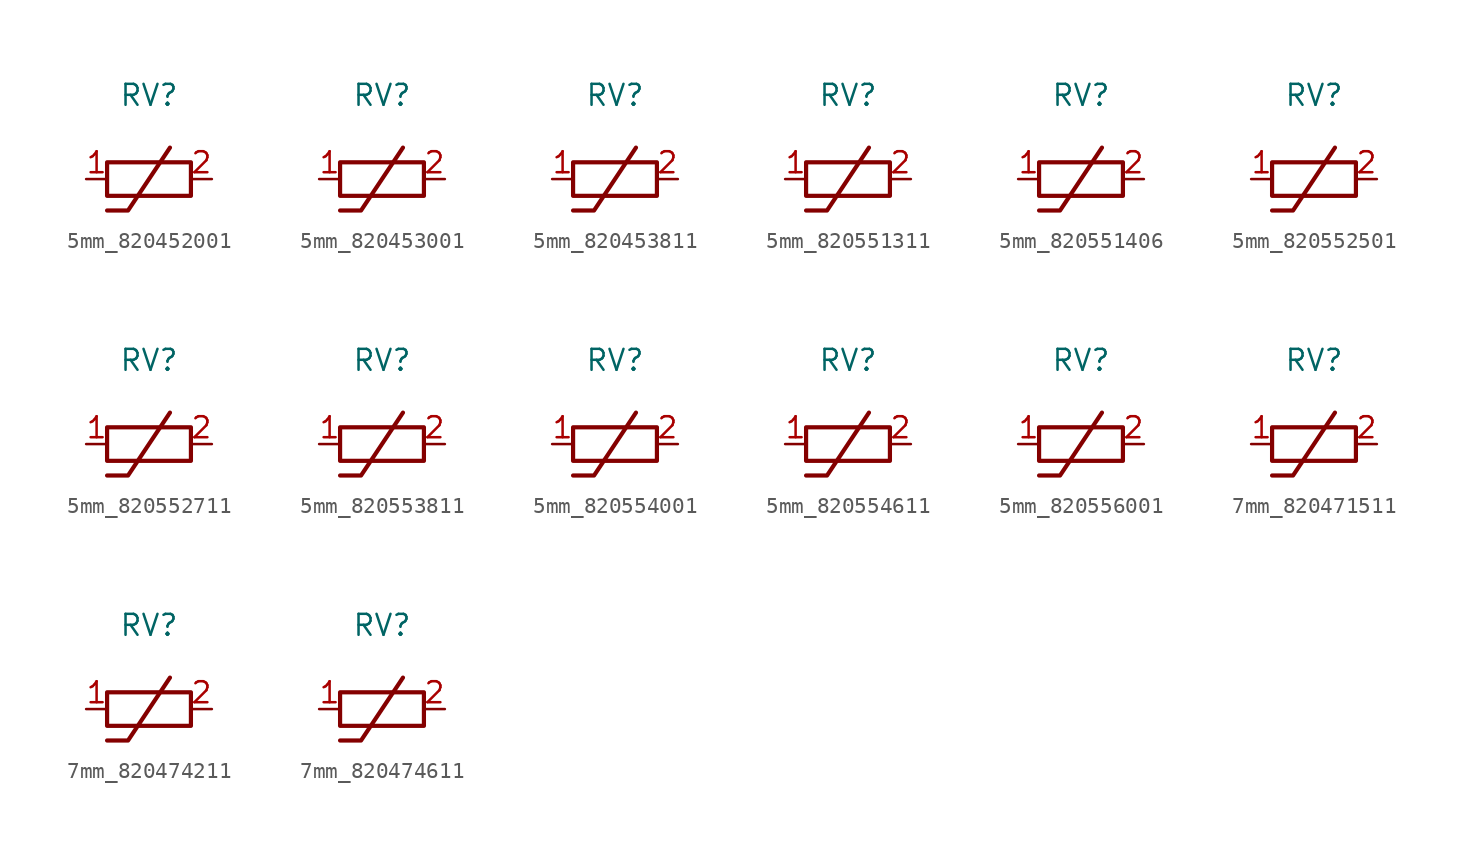
<source format=kicad_sym>
(kicad_symbol_lib
  (version 20220914)
  (generator kicad_symbol_editor)
  (symbol "5mm_820452001"
    (pin_names hide)
    (property "Reference" "RV"
      (at 0 5.08 0)
      (effects (font (size 1.27 1.27))))
    (symbol "5mm_820452001_0_1"
      (rectangle (start -2.54 1.016) (end 2.54 -1.016) (stroke (width 0.254) (type default)) (fill (type none))))
    (symbol "5mm_820452001_1_1"
      (polyline (pts (xy -2.54 -1.905) (xy -1.27 -1.905) (xy 1.27 1.905)) (stroke (width 0.254) (type default)) (fill (type none)))
      (pin passive line (at -3.81 0 0) (length 1.27) (name "~" (effects (font (size 1.27 1.27)))) (number "1" (effects (font (size 1.27 1.27)))))
      (pin passive line (at 3.81 0 180) (length 1.27) (name "~" (effects (font (size 1.27 1.27)))) (number "2" (effects (font (size 1.27 1.27)))))))
  (symbol "5mm_820453001"
    (pin_names hide)
    (property "Reference" "RV"
      (at 0 5.08 0)
      (effects (font (size 1.27 1.27))))
    (symbol "5mm_820453001_0_1"
      (rectangle (start -2.54 1.016) (end 2.54 -1.016) (stroke (width 0.254) (type default)) (fill (type none))))
    (symbol "5mm_820453001_1_1"
      (polyline (pts (xy -2.54 -1.905) (xy -1.27 -1.905) (xy 1.27 1.905)) (stroke (width 0.254) (type default)) (fill (type none)))
      (pin passive line (at -3.81 0 0) (length 1.27) (name "~" (effects (font (size 1.27 1.27)))) (number "1" (effects (font (size 1.27 1.27)))))
      (pin passive line (at 3.81 0 180) (length 1.27) (name "~" (effects (font (size 1.27 1.27)))) (number "2" (effects (font (size 1.27 1.27)))))))
  (symbol "5mm_820453811"
    (pin_names hide)
    (property "Reference" "RV"
      (at 0 5.08 0)
      (effects (font (size 1.27 1.27))))
    (symbol "5mm_820453811_0_1"
      (rectangle (start -2.54 1.016) (end 2.54 -1.016) (stroke (width 0.254) (type default)) (fill (type none))))
    (symbol "5mm_820453811_1_1"
      (polyline (pts (xy -2.54 -1.905) (xy -1.27 -1.905) (xy 1.27 1.905)) (stroke (width 0.254) (type default)) (fill (type none)))
      (pin passive line (at -3.81 0 0) (length 1.27) (name "~" (effects (font (size 1.27 1.27)))) (number "1" (effects (font (size 1.27 1.27)))))
      (pin passive line (at 3.81 0 180) (length 1.27) (name "~" (effects (font (size 1.27 1.27)))) (number "2" (effects (font (size 1.27 1.27)))))))
  (symbol "5mm_820551311"
    (pin_names hide)
    (property "Reference" "RV"
      (at 0 5.08 0)
      (effects (font (size 1.27 1.27))))
    (symbol "5mm_820551311_0_1"
      (rectangle (start -2.54 1.016) (end 2.54 -1.016) (stroke (width 0.254) (type default)) (fill (type none))))
    (symbol "5mm_820551311_1_1"
      (polyline (pts (xy -2.54 -1.905) (xy -1.27 -1.905) (xy 1.27 1.905)) (stroke (width 0.254) (type default)) (fill (type none)))
      (pin passive line (at -3.81 0 0) (length 1.27) (name "~" (effects (font (size 1.27 1.27)))) (number "1" (effects (font (size 1.27 1.27)))))
      (pin passive line (at 3.81 0 180) (length 1.27) (name "~" (effects (font (size 1.27 1.27)))) (number "2" (effects (font (size 1.27 1.27)))))))
  (symbol "5mm_820551406"
    (pin_names hide)
    (property "Reference" "RV"
      (at 0 5.08 0)
      (effects (font (size 1.27 1.27))))
    (symbol "5mm_820551406_0_1"
      (rectangle (start -2.54 1.016) (end 2.54 -1.016) (stroke (width 0.254) (type default)) (fill (type none))))
    (symbol "5mm_820551406_1_1"
      (polyline (pts (xy -2.54 -1.905) (xy -1.27 -1.905) (xy 1.27 1.905)) (stroke (width 0.254) (type default)) (fill (type none)))
      (pin passive line (at -3.81 0 0) (length 1.27) (name "~" (effects (font (size 1.27 1.27)))) (number "1" (effects (font (size 1.27 1.27)))))
      (pin passive line (at 3.81 0 180) (length 1.27) (name "~" (effects (font (size 1.27 1.27)))) (number "2" (effects (font (size 1.27 1.27)))))))
  (symbol "5mm_820552501"
    (pin_names hide)
    (property "Reference" "RV"
      (at 0 5.08 0)
      (effects (font (size 1.27 1.27))))
    (symbol "5mm_820552501_0_1"
      (rectangle (start -2.54 1.016) (end 2.54 -1.016) (stroke (width 0.254) (type default)) (fill (type none))))
    (symbol "5mm_820552501_1_1"
      (polyline (pts (xy -2.54 -1.905) (xy -1.27 -1.905) (xy 1.27 1.905)) (stroke (width 0.254) (type default)) (fill (type none)))
      (pin passive line (at -3.81 0 0) (length 1.27) (name "~" (effects (font (size 1.27 1.27)))) (number "1" (effects (font (size 1.27 1.27)))))
      (pin passive line (at 3.81 0 180) (length 1.27) (name "~" (effects (font (size 1.27 1.27)))) (number "2" (effects (font (size 1.27 1.27)))))))
  (symbol "5mm_820552711"
    (pin_names hide)
    (property "Reference" "RV"
      (at 0 5.08 0)
      (effects (font (size 1.27 1.27))))
    (symbol "5mm_820552711_0_1"
      (rectangle (start -2.54 1.016) (end 2.54 -1.016) (stroke (width 0.254) (type default)) (fill (type none))))
    (symbol "5mm_820552711_1_1"
      (polyline (pts (xy -2.54 -1.905) (xy -1.27 -1.905) (xy 1.27 1.905)) (stroke (width 0.254) (type default)) (fill (type none)))
      (pin passive line (at -3.81 0 0) (length 1.27) (name "~" (effects (font (size 1.27 1.27)))) (number "1" (effects (font (size 1.27 1.27)))))
      (pin passive line (at 3.81 0 180) (length 1.27) (name "~" (effects (font (size 1.27 1.27)))) (number "2" (effects (font (size 1.27 1.27)))))))
  (symbol "5mm_820553811"
    (pin_names hide)
    (property "Reference" "RV"
      (at 0 5.08 0)
      (effects (font (size 1.27 1.27))))
    (symbol "5mm_820553811_0_1"
      (rectangle (start -2.54 1.016) (end 2.54 -1.016) (stroke (width 0.254) (type default)) (fill (type none))))
    (symbol "5mm_820553811_1_1"
      (polyline (pts (xy -2.54 -1.905) (xy -1.27 -1.905) (xy 1.27 1.905)) (stroke (width 0.254) (type default)) (fill (type none)))
      (pin passive line (at -3.81 0 0) (length 1.27) (name "~" (effects (font (size 1.27 1.27)))) (number "1" (effects (font (size 1.27 1.27)))))
      (pin passive line (at 3.81 0 180) (length 1.27) (name "~" (effects (font (size 1.27 1.27)))) (number "2" (effects (font (size 1.27 1.27)))))))
  (symbol "5mm_820554001"
    (pin_names hide)
    (property "Reference" "RV"
      (at 0 5.08 0)
      (effects (font (size 1.27 1.27))))
    (symbol "5mm_820554001_0_1"
      (rectangle (start -2.54 1.016) (end 2.54 -1.016) (stroke (width 0.254) (type default)) (fill (type none))))
    (symbol "5mm_820554001_1_1"
      (polyline (pts (xy -2.54 -1.905) (xy -1.27 -1.905) (xy 1.27 1.905)) (stroke (width 0.254) (type default)) (fill (type none)))
      (pin passive line (at -3.81 0 0) (length 1.27) (name "~" (effects (font (size 1.27 1.27)))) (number "1" (effects (font (size 1.27 1.27)))))
      (pin passive line (at 3.81 0 180) (length 1.27) (name "~" (effects (font (size 1.27 1.27)))) (number "2" (effects (font (size 1.27 1.27)))))))
  (symbol "5mm_820554611"
    (pin_names hide)
    (property "Reference" "RV"
      (at 0 5.08 0)
      (effects (font (size 1.27 1.27))))
    (symbol "5mm_820554611_0_1"
      (rectangle (start -2.54 1.016) (end 2.54 -1.016) (stroke (width 0.254) (type default)) (fill (type none))))
    (symbol "5mm_820554611_1_1"
      (polyline (pts (xy -2.54 -1.905) (xy -1.27 -1.905) (xy 1.27 1.905)) (stroke (width 0.254) (type default)) (fill (type none)))
      (pin passive line (at -3.81 0 0) (length 1.27) (name "~" (effects (font (size 1.27 1.27)))) (number "1" (effects (font (size 1.27 1.27)))))
      (pin passive line (at 3.81 0 180) (length 1.27) (name "~" (effects (font (size 1.27 1.27)))) (number "2" (effects (font (size 1.27 1.27)))))))
  (symbol "5mm_820556001"
    (pin_names hide)
    (property "Reference" "RV"
      (at 0 5.08 0)
      (effects (font (size 1.27 1.27))))
    (symbol "5mm_820556001_0_1"
      (rectangle (start -2.54 1.016) (end 2.54 -1.016) (stroke (width 0.254) (type default)) (fill (type none))))
    (symbol "5mm_820556001_1_1"
      (polyline (pts (xy -2.54 -1.905) (xy -1.27 -1.905) (xy 1.27 1.905)) (stroke (width 0.254) (type default)) (fill (type none)))
      (pin passive line (at -3.81 0 0) (length 1.27) (name "~" (effects (font (size 1.27 1.27)))) (number "1" (effects (font (size 1.27 1.27)))))
      (pin passive line (at 3.81 0 180) (length 1.27) (name "~" (effects (font (size 1.27 1.27)))) (number "2" (effects (font (size 1.27 1.27)))))))
  (symbol "7mm_820471511"
    (pin_names hide)
    (property "Reference" "RV"
      (at 0 5.08 0)
      (effects (font (size 1.27 1.27))))
    (symbol "7mm_820471511_0_1"
      (rectangle (start -2.54 1.016) (end 2.54 -1.016) (stroke (width 0.254) (type default)) (fill (type none))))
    (symbol "7mm_820471511_1_1"
      (polyline (pts (xy -2.54 -1.905) (xy -1.27 -1.905) (xy 1.27 1.905)) (stroke (width 0.254) (type default)) (fill (type none)))
      (pin passive line (at -3.81 0 0) (length 1.27) (name "~" (effects (font (size 1.27 1.27)))) (number "1" (effects (font (size 1.27 1.27)))))
      (pin passive line (at 3.81 0 180) (length 1.27) (name "~" (effects (font (size 1.27 1.27)))) (number "2" (effects (font (size 1.27 1.27)))))))
  (symbol "7mm_820474211"
    (pin_names hide)
    (property "Reference" "RV"
      (at 0 5.08 0)
      (effects (font (size 1.27 1.27))))
    (symbol "7mm_820474211_0_1"
      (rectangle (start -2.54 1.016) (end 2.54 -1.016) (stroke (width 0.254) (type default)) (fill (type none))))
    (symbol "7mm_820474211_1_1"
      (polyline (pts (xy -2.54 -1.905) (xy -1.27 -1.905) (xy 1.27 1.905)) (stroke (width 0.254) (type default)) (fill (type none)))
      (pin passive line (at -3.81 0 0) (length 1.27) (name "~" (effects (font (size 1.27 1.27)))) (number "1" (effects (font (size 1.27 1.27)))))
      (pin passive line (at 3.81 0 180) (length 1.27) (name "~" (effects (font (size 1.27 1.27)))) (number "2" (effects (font (size 1.27 1.27)))))))
  (symbol "7mm_820474611"
    (pin_names hide)
    (property "Reference" "RV"
      (at 0 5.08 0)
      (effects (font (size 1.27 1.27))))
    (symbol "7mm_820474611_0_1"
      (rectangle (start -2.54 1.016) (end 2.54 -1.016) (stroke (width 0.254) (type default)) (fill (type none))))
    (symbol "7mm_820474611_1_1"
      (polyline (pts (xy -2.54 -1.905) (xy -1.27 -1.905) (xy 1.27 1.905)) (stroke (width 0.254) (type default)) (fill (type none)))
      (pin passive line (at -3.81 0 0) (length 1.27) (name "~" (effects (font (size 1.27 1.27)))) (number "1" (effects (font (size 1.27 1.27)))))
      (pin passive line (at 3.81 0 180) (length 1.27) (name "~" (effects (font (size 1.27 1.27)))) (number "2" (effects (font (size 1.27 1.27))))))))
</source>
